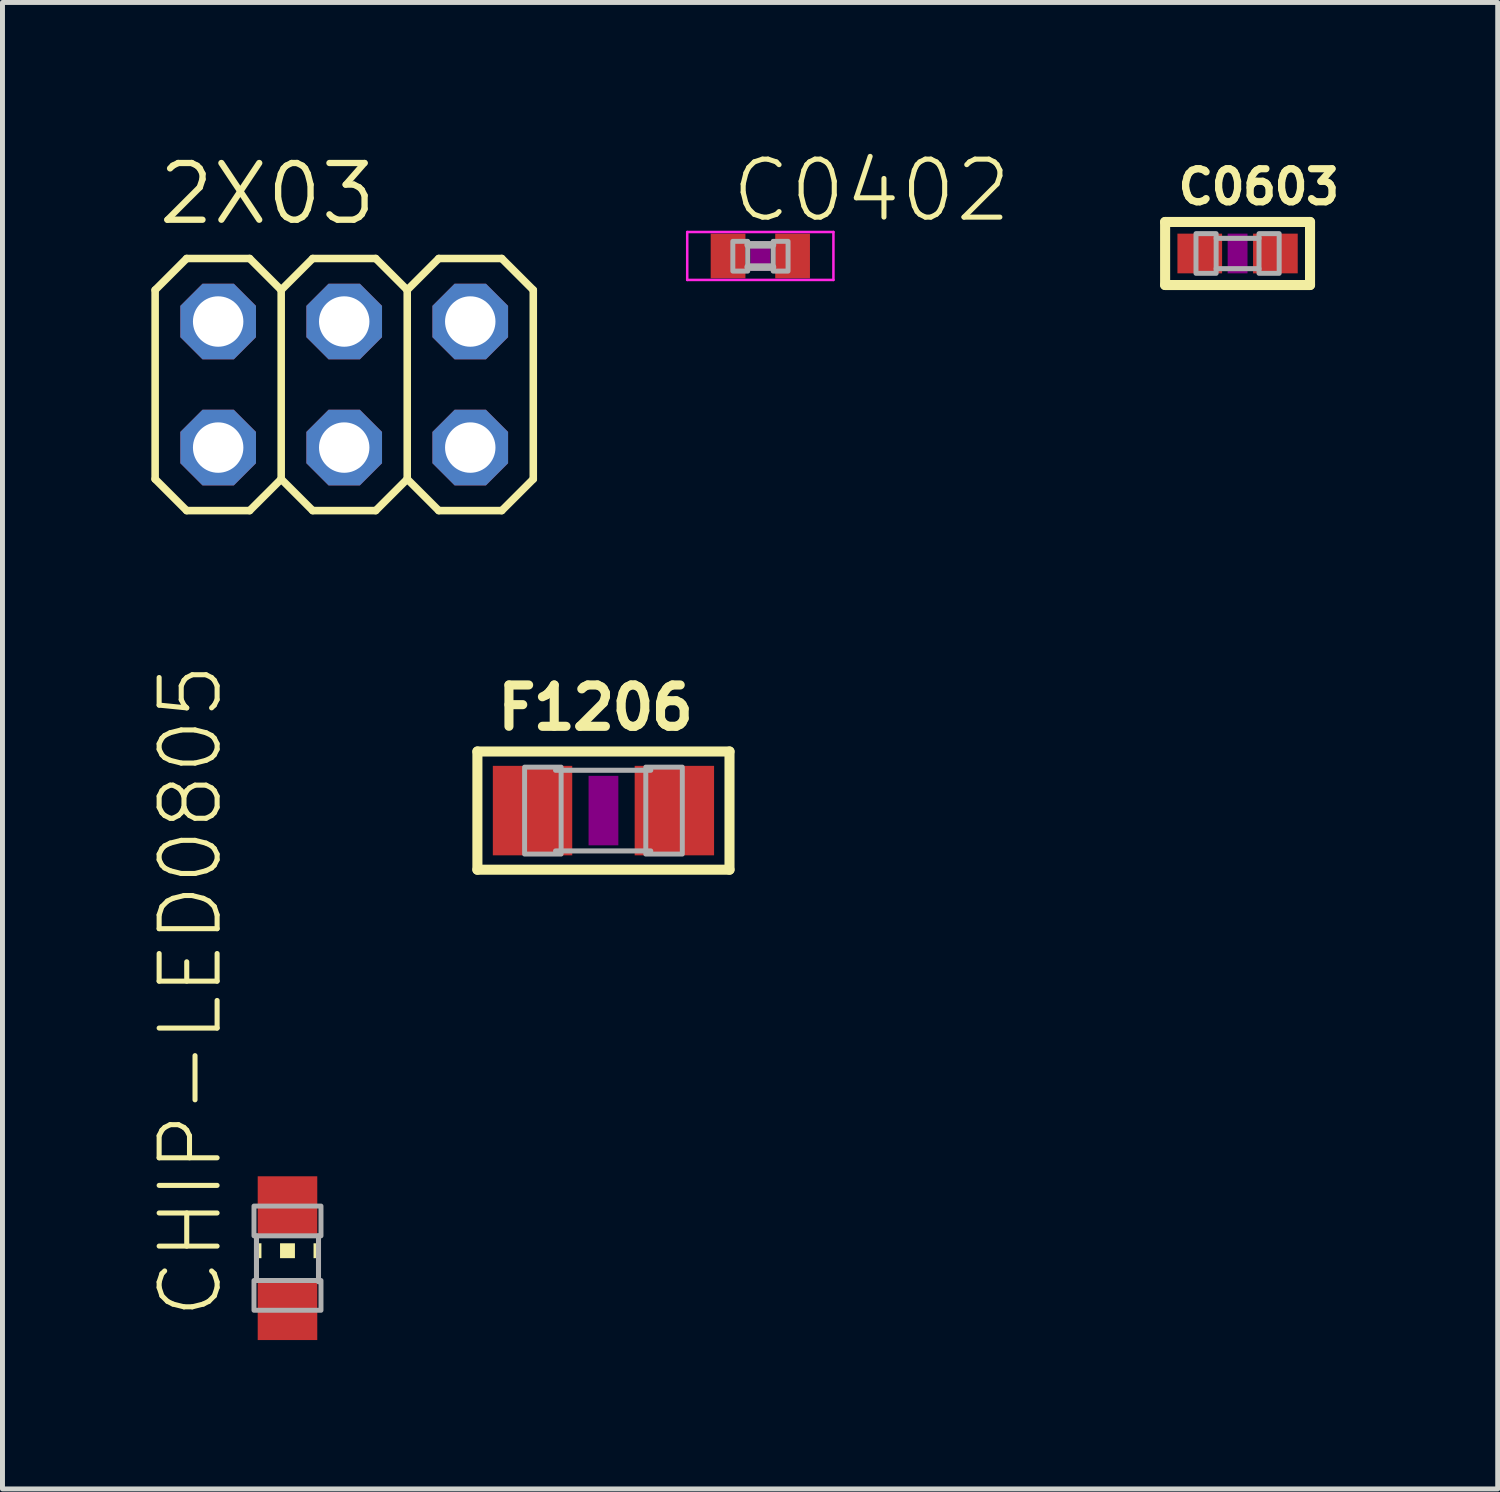
<source format=kicad_pcb>
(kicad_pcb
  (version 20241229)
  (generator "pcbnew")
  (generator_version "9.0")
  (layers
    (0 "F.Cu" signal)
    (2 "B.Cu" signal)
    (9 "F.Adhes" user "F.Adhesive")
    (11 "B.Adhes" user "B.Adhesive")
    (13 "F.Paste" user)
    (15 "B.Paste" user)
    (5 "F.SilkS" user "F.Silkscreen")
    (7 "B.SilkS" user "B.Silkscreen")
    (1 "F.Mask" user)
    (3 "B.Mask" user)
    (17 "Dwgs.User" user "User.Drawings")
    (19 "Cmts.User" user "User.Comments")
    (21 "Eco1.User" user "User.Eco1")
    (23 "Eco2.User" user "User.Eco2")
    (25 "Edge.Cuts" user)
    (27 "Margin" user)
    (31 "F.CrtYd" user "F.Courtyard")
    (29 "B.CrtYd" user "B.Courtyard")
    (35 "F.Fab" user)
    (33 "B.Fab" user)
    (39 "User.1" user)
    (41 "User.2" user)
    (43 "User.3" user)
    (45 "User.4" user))
  (footprint "C0603"
    (layer "F.Cu")
    (at 21.888 2.058)
    (property "Reference" "C0603" (at -1.27 -0.953 0) (unlocked yes) (layer "F.SilkS") (effects (font (size 0.666 0.666) (thickness 0.146)) (justify left bottom)))
    (fp_line (start -1.46 -0.635) (end 1.46 -0.635) (stroke (width 0.203) (type solid)) (layer "F.SilkS"))
    (fp_line (start -1.46 0.635) (end -1.46 -0.635) (stroke (width 0.203) (type solid)) (layer "F.SilkS"))
    (fp_line (start 1.46 -0.635) (end 1.46 0.635) (stroke (width 0.203) (type solid)) (layer "F.SilkS"))
    (fp_line (start 1.46 0.635) (end -1.46 0.635) (stroke (width 0.203) (type solid)) (layer "F.SilkS"))
    (fp_poly (pts (xy -0.2 0.4) (xy 0.2 0.4) (xy 0.2 -0.4) (xy -0.2 -0.4)) (stroke (width 0) (type default)) (fill yes) (layer "F.Adhes"))
    (fp_line (start -0.432 0.306) (end 0.432 0.306) (stroke (width 0.102) (type solid)) (layer "F.Fab"))
    (fp_line (start 0.432 -0.306) (end -0.432 -0.306) (stroke (width 0.102) (type solid)) (layer "F.Fab"))
    (fp_poly (pts (xy -0.838 0.4) (xy -0.432 0.4) (xy -0.432 -0.4) (xy -0.838 -0.4)) (stroke (width 0.1) (type default)) (fill no) (layer "F.Fab"))
    (fp_poly (pts (xy 0.432 0.4) (xy 0.838 0.4) (xy 0.838 -0.4) (xy 0.432 -0.4)) (stroke (width 0.1) (type default)) (fill no) (layer "F.Fab"))
    (pad "1" smd rect (at -0.762 0) (size 0.9 0.8) (layers "F.Cu" "F.Mask" "F.Paste"))
    (pad "2" smd rect (at 0.762 0) (size 0.9 0.8) (layers "F.Cu" "F.Mask" "F.Paste")))
  (footprint "2X03"
    (layer "F.Cu")
    (at 3.886 4.699)
    (property "Reference" "2X03" (at -3.81 -3.175 0) (unlocked yes) (layer "F.SilkS") (effects (font (size 1.143 1.143) (thickness 0.127)) (justify left bottom)))
    (fp_line (start -3.81 -1.905) (end -3.175 -2.54) (stroke (width 0.152) (type solid)) (layer "F.SilkS"))
    (fp_line (start -3.81 1.905) (end -3.81 -1.905) (stroke (width 0.152) (type solid)) (layer "F.SilkS"))
    (fp_line (start -3.81 1.905) (end -3.175 2.54) (stroke (width 0.152) (type solid)) (layer "F.SilkS"))
    (fp_line (start -3.175 -2.54) (end -1.905 -2.54) (stroke (width 0.152) (type solid)) (layer "F.SilkS"))
    (fp_line (start -3.175 2.54) (end -1.905 2.54) (stroke (width 0.152) (type solid)) (layer "F.SilkS"))
    (fp_line (start -1.905 -2.54) (end -1.27 -1.905) (stroke (width 0.152) (type solid)) (layer "F.SilkS"))
    (fp_line (start -1.905 2.54) (end -1.27 1.905) (stroke (width 0.152) (type solid)) (layer "F.SilkS"))
    (fp_line (start -1.27 -1.905) (end -1.27 1.905) (stroke (width 0.152) (type solid)) (layer "F.SilkS"))
    (fp_line (start -1.27 -1.905) (end -0.635 -2.54) (stroke (width 0.152) (type solid)) (layer "F.SilkS"))
    (fp_line (start -1.27 1.905) (end -0.635 2.54) (stroke (width 0.152) (type solid)) (layer "F.SilkS"))
    (fp_line (start -0.635 -2.54) (end 0.635 -2.54) (stroke (width 0.152) (type solid)) (layer "F.SilkS"))
    (fp_line (start -0.635 2.54) (end 0.635 2.54) (stroke (width 0.152) (type solid)) (layer "F.SilkS"))
    (fp_line (start 0.635 -2.54) (end 1.27 -1.905) (stroke (width 0.152) (type solid)) (layer "F.SilkS"))
    (fp_line (start 0.635 2.54) (end 1.27 1.905) (stroke (width 0.152) (type solid)) (layer "F.SilkS"))
    (fp_line (start 1.27 -1.905) (end 1.27 1.905) (stroke (width 0.152) (type solid)) (layer "F.SilkS"))
    (fp_line (start 1.27 -1.905) (end 1.905 -2.54) (stroke (width 0.152) (type solid)) (layer "F.SilkS"))
    (fp_line (start 1.27 1.905) (end 1.905 2.54) (stroke (width 0.152) (type solid)) (layer "F.SilkS"))
    (fp_line (start 1.905 -2.54) (end 3.175 -2.54) (stroke (width 0.152) (type solid)) (layer "F.SilkS"))
    (fp_line (start 1.905 2.54) (end 3.175 2.54) (stroke (width 0.152) (type solid)) (layer "F.SilkS"))
    (fp_line (start 3.175 -2.54) (end 3.81 -1.905) (stroke (width 0.152) (type solid)) (layer "F.SilkS"))
    (fp_line (start 3.175 2.54) (end 3.81 1.905) (stroke (width 0.152) (type solid)) (layer "F.SilkS"))
    (fp_line (start 3.81 -1.905) (end 3.81 1.905) (stroke (width 0.152) (type solid)) (layer "F.SilkS"))
    (fp_poly (pts (xy -2.794 -1.016) (xy -2.286 -1.016) (xy -2.286 -1.524) (xy -2.794 -1.524)) (stroke (width 0.1) (type default)) (fill no) (layer "F.Fab"))
    (fp_poly (pts (xy -2.794 1.524) (xy -2.286 1.524) (xy -2.286 1.016) (xy -2.794 1.016)) (stroke (width 0.1) (type default)) (fill no) (layer "F.Fab"))
    (fp_poly (pts (xy -0.254 -1.016) (xy 0.254 -1.016) (xy 0.254 -1.524) (xy -0.254 -1.524)) (stroke (width 0.1) (type default)) (fill no) (layer "F.Fab"))
    (fp_poly (pts (xy -0.254 1.524) (xy 0.254 1.524) (xy 0.254 1.016) (xy -0.254 1.016)) (stroke (width 0.1) (type default)) (fill no) (layer "F.Fab"))
    (fp_poly (pts (xy 2.286 -1.016) (xy 2.794 -1.016) (xy 2.794 -1.524) (xy 2.286 -1.524)) (stroke (width 0.1) (type default)) (fill no) (layer "F.Fab"))
    (fp_poly (pts (xy 2.286 1.524) (xy 2.794 1.524) (xy 2.794 1.016) (xy 2.286 1.016)) (stroke (width 0.1) (type default)) (fill no) (layer "F.Fab"))
    (pad "1" thru_hole roundrect (at -2.54 1.27) (size 1.524 1.524) (drill 1.016) (layers "*.Cu" "*.Mask") (roundrect_rratio 0.25) (chamfer_ratio 0.293) (chamfer top_left top_right bottom_left bottom_right))
    (pad "2" thru_hole roundrect (at -2.54 -1.27) (size 1.524 1.524) (drill 1.016) (layers "*.Cu" "*.Mask") (roundrect_rratio 0.25) (chamfer_ratio 0.293) (chamfer top_left top_right bottom_left bottom_right))
    (pad "3" thru_hole roundrect (at 0 1.27) (size 1.524 1.524) (drill 1.016) (layers "*.Cu" "*.Mask") (roundrect_rratio 0.25) (chamfer_ratio 0.293) (chamfer top_left top_right bottom_left bottom_right))
    (pad "4" thru_hole roundrect (at 0 -1.27) (size 1.524 1.524) (drill 1.016) (layers "*.Cu" "*.Mask") (roundrect_rratio 0.25) (chamfer_ratio 0.293) (chamfer top_left top_right bottom_left bottom_right))
    (pad "5" thru_hole roundrect (at 2.54 1.27) (size 1.524 1.524) (drill 1.016) (layers "*.Cu" "*.Mask") (roundrect_rratio 0.25) (chamfer_ratio 0.293) (chamfer top_left top_right bottom_left bottom_right))
    (pad "6" thru_hole roundrect (at 2.54 -1.27) (size 1.524 1.524) (drill 1.016) (layers "*.Cu" "*.Mask") (roundrect_rratio 0.25) (chamfer_ratio 0.293) (chamfer top_left top_right bottom_left bottom_right)))
  (footprint "CHIP-LED0805"
    (layer "F.Cu")
    (at 2.743 22.303)
    (property "Reference" "CHIP-LED0805" (at -1.27 1.27 90) (unlocked yes) (layer "F.SilkS") (effects (font (size 1.168 1.168) (thickness 0.102)) (justify left bottom)))
    (fp_poly (pts (xy -0.675 0) (xy -0.525 0) (xy -0.525 -0.3) (xy -0.675 -0.3)) (stroke (width 0) (type default)) (fill yes) (layer "F.SilkS"))
    (fp_poly (pts (xy -0.15 0) (xy 0.15 0) (xy 0.15 -0.3) (xy -0.15 -0.3)) (stroke (width 0) (type default)) (fill yes) (layer "F.SilkS"))
    (fp_poly (pts (xy 0.525 0) (xy 0.675 0) (xy 0.675 -0.3) (xy 0.525 -0.3)) (stroke (width 0) (type default)) (fill yes) (layer "F.SilkS"))
    (fp_line (start -0.625 -0.45) (end -0.625 0.45) (stroke (width 0.102) (type solid)) (layer "F.Fab"))
    (fp_line (start 0.625 -0.45) (end 0.625 0.475) (stroke (width 0.102) (type solid)) (layer "F.Fab"))
    (fp_poly (pts (xy -0.675 -0.45) (xy 0.675 -0.45) (xy 0.675 -1.05) (xy -0.675 -1.05)) (stroke (width 0.1) (type default)) (fill no) (layer "F.Fab"))
    (fp_poly (pts (xy -0.675 1.05) (xy 0.675 1.05) (xy 0.675 0.45) (xy -0.675 0.45)) (stroke (width 0.1) (type default)) (fill no) (layer "F.Fab"))
    (pad "A" smd rect (at 0 1.05) (size 1.2 1.2) (layers "F.Cu" "F.Mask" "F.Paste"))
    (pad "C" smd rect (at 0 -1.05) (size 1.2 1.2) (layers "F.Cu" "F.Mask" "F.Paste")))
  (footprint "F1206"
    (layer "F.Cu")
    (at 9.11 13.284)
    (property "Reference" "F1206" (at -2.223 -1.587 0) (unlocked yes) (layer "F.SilkS") (effects (font (size 0.833 0.833) (thickness 0.183)) (justify left bottom)))
    (fp_line (start -2.54 -1.191) (end 2.54 -1.191) (stroke (width 0.203) (type solid)) (layer "F.SilkS"))
    (fp_line (start -2.54 1.191) (end -2.54 -1.191) (stroke (width 0.203) (type solid)) (layer "F.SilkS"))
    (fp_line (start 2.54 -1.191) (end 2.54 1.191) (stroke (width 0.203) (type solid)) (layer "F.SilkS"))
    (fp_line (start 2.54 1.191) (end -2.54 1.191) (stroke (width 0.203) (type solid)) (layer "F.SilkS"))
    (fp_poly (pts (xy -0.3 0.7) (xy 0.3 0.7) (xy 0.3 -0.7) (xy -0.3 -0.7)) (stroke (width 0) (type default)) (fill yes) (layer "F.Adhes"))
    (fp_line (start 0.953 -0.813) (end -0.965 -0.813) (stroke (width 0.102) (type solid)) (layer "F.Fab"))
    (fp_line (start 0.953 0.813) (end -0.965 0.813) (stroke (width 0.102) (type solid)) (layer "F.Fab"))
    (fp_poly (pts (xy -1.589 0.876) (xy -0.853 0.876) (xy -0.853 -0.876) (xy -1.589 -0.876)) (stroke (width 0.1) (type default)) (fill no) (layer "F.Fab"))
    (fp_poly (pts (xy 0.853 0.876) (xy 1.589 0.876) (xy 1.589 -0.876) (xy 0.853 -0.876)) (stroke (width 0.1) (type default)) (fill no) (layer "F.Fab"))
    (pad "1" smd rect (at -1.429 0) (size 1.6 1.803) (layers "F.Cu" "F.Mask" "F.Paste"))
    (pad "2" smd rect (at 1.429 0) (size 1.6 1.803) (layers "F.Cu" "F.Mask" "F.Paste")))
  (footprint "C0402"
    (layer "F.Cu")
    (at 12.271 2.108)
    (property "Reference" "C0402" (at -0.635 -0.635 0) (unlocked yes) (layer "F.SilkS") (effects (font (size 1.168 1.168) (thickness 0.102)) (justify left bottom)))
    (fp_poly (pts (xy -0.2 0.3) (xy 0.2 0.3) (xy 0.2 -0.3) (xy -0.2 -0.3)) (stroke (width 0) (type default)) (fill yes) (layer "F.Adhes"))
    (fp_line (start -1.473 -0.483) (end 1.473 -0.483) (stroke (width 0.051) (type solid)) (layer "F.CrtYd"))
    (fp_line (start -1.473 0.483) (end -1.473 -0.483) (stroke (width 0.051) (type solid)) (layer "F.CrtYd"))
    (fp_line (start 1.473 -0.483) (end 1.473 0.483) (stroke (width 0.051) (type solid)) (layer "F.CrtYd"))
    (fp_line (start 1.473 0.483) (end -1.473 0.483) (stroke (width 0.051) (type solid)) (layer "F.CrtYd"))
    (fp_line (start -0.245 -0.224) (end 0.245 -0.224) (stroke (width 0.152) (type solid)) (layer "F.Fab"))
    (fp_line (start 0.245 0.224) (end -0.245 0.224) (stroke (width 0.152) (type solid)) (layer "F.Fab"))
    (fp_poly (pts (xy -0.554 0.305) (xy -0.254 0.305) (xy -0.254 -0.295) (xy -0.554 -0.295)) (stroke (width 0.1) (type default)) (fill no) (layer "F.Fab"))
    (fp_poly (pts (xy 0.259 0.305) (xy 0.559 0.305) (xy 0.559 -0.295) (xy 0.259 -0.295)) (stroke (width 0.1) (type default)) (fill no) (layer "F.Fab"))
    (pad "1" smd rect (at -0.65 0) (size 0.7 0.9) (layers "F.Cu" "F.Mask" "F.Paste"))
    (pad "2" smd rect (at 0.65 0) (size 0.7 0.9) (layers "F.Cu" "F.Mask" "F.Paste")))
  (gr_rect
    (start -3 -3)
    (end 27.13 26.953)
    (stroke (width 0.1) (type default))
    (fill no)
    (layer "Edge.Cuts")))
</source>
